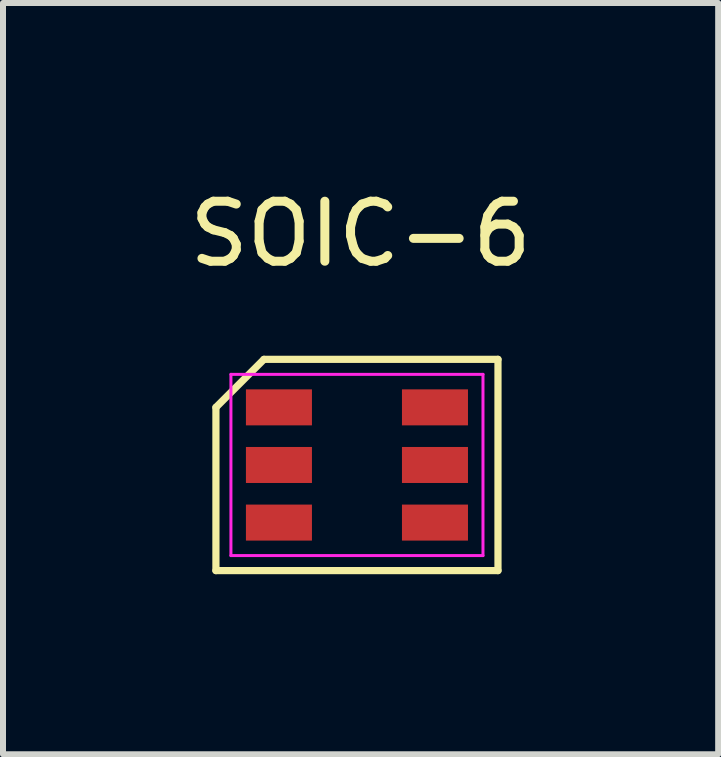
<source format=kicad_pcb>
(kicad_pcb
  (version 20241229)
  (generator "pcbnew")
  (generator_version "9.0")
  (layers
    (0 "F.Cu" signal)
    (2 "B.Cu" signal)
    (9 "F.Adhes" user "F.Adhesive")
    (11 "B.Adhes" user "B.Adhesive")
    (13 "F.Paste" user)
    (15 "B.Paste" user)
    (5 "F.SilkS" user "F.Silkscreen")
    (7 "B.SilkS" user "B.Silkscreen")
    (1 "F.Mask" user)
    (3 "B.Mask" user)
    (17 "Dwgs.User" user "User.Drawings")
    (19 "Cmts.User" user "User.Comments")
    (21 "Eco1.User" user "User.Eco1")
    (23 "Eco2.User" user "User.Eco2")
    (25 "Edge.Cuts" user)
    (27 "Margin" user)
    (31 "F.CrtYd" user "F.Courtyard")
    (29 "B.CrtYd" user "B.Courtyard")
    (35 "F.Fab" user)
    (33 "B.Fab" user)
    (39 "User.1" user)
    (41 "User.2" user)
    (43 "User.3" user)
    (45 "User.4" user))
  (footprint "SOIC-6"
    (layer "F.Cu")
    (at 2.898 4.698)
    (property "Reference" "SOIC-6" (at 0.06 -3.85 180) (layer "F.SilkS") (effects (font (size 1 1) (thickness 0.15))))
    (attr smd)
    (fp_line (start -2.35 -0.96) (end -1.55 -1.76) (stroke (width 0.12) (type default)) (layer "F.SilkS"))
    (fp_line (start -2.35 1.76) (end -2.35 -0.96) (stroke (width 0.12) (type default)) (layer "F.SilkS"))
    (fp_line (start -1.55 -1.76) (end 2.35 -1.76) (stroke (width 0.12) (type default)) (layer "F.SilkS"))
    (fp_line (start 2.35 -1.76) (end 2.35 1.76) (stroke (width 0.12) (type default)) (layer "F.SilkS"))
    (fp_line (start 2.35 1.76) (end -2.35 1.76) (stroke (width 0.12) (type default)) (layer "F.SilkS"))
    (fp_line (start -2.1 -1.51) (end 2.1 -1.51) (stroke (width 0.05) (type default)) (layer "F.CrtYd"))
    (fp_line (start -2.1 1.51) (end -2.1 -1.51) (stroke (width 0.05) (type default)) (layer "F.CrtYd"))
    (fp_line (start 2.1 -1.51) (end 2.1 1.51) (stroke (width 0.05) (type default)) (layer "F.CrtYd"))
    (fp_line (start 2.1 1.51) (end -2.1 1.51) (stroke (width 0.05) (type default)) (layer "F.CrtYd"))
    (pad "1" smd rect (at -1.3 -0.96 270) (size 0.6 1.1) (layers "F.Cu" "F.Mask" "F.Paste"))
    (pad "2" smd rect (at -1.3 0 270) (size 0.6 1.1) (layers "F.Cu" "F.Mask" "F.Paste"))
    (pad "3" smd rect (at -1.3 0.96 270) (size 0.6 1.1) (layers "F.Cu" "F.Mask" "F.Paste"))
    (pad "4" smd rect (at 1.3 0.96 270) (size 0.6 1.1) (layers "F.Cu" "F.Mask" "F.Paste"))
    (pad "5" smd rect (at 1.3 0 270) (size 0.6 1.1) (layers "F.Cu" "F.Mask" "F.Paste"))
    (pad "6" smd rect (at 1.3 -0.96 270) (size 0.6 1.1) (layers "F.Cu" "F.Mask" "F.Paste")))
  (gr_rect
    (start -3 -3)
    (end 8.917 9.518)
    (stroke (width 0.1) (type default))
    (fill no)
    (layer "Edge.Cuts")))
</source>
